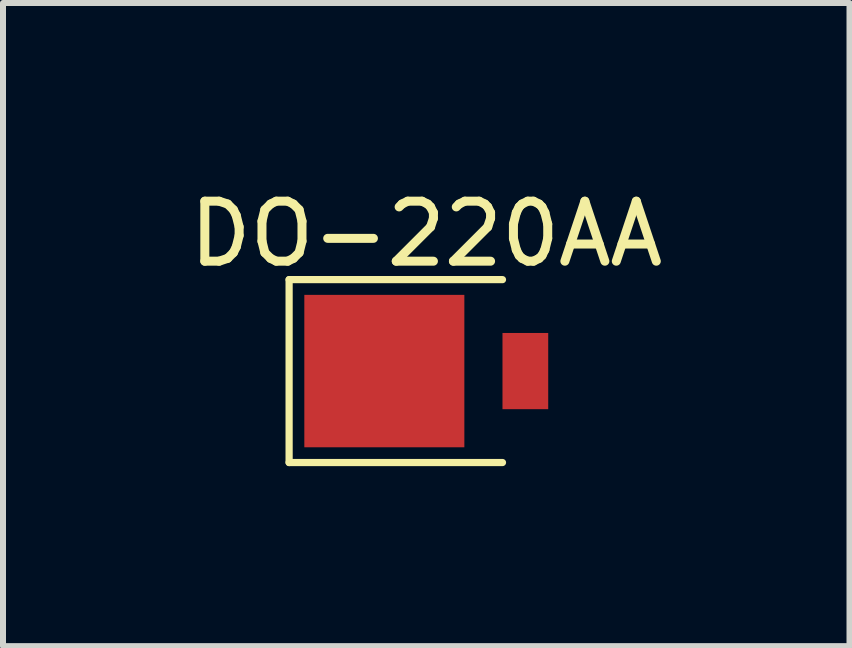
<source format=kicad_pcb>
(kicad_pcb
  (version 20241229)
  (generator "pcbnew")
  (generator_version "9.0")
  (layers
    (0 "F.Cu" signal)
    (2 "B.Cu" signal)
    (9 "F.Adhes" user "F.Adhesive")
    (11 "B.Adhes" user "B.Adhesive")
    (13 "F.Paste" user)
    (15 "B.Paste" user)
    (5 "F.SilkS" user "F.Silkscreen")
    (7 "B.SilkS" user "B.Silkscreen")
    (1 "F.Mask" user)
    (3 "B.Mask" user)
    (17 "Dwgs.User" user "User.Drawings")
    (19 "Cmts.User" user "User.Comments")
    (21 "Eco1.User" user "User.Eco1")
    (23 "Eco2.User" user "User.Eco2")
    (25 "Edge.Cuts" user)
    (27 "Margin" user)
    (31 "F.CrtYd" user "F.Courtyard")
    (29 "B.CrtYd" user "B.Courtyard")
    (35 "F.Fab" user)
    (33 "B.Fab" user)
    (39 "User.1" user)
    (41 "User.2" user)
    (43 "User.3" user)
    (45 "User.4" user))
  (footprint "DO-220AA"
    (layer "F.Cu")
    (at 4.054 3.134)
    (property "Reference" "DO-220AA" (at 0 -2.286 0) (layer "F.SilkS") (effects (font (size 1 1) (thickness 0.15))))
    (attr through_hole)
    (fp_line (start -2.286 -1.524) (end -2.286 1.524) (stroke (width 0.12) (type solid)) (layer "F.SilkS"))
    (fp_line (start -2.286 1.524) (end 1.27 1.524) (stroke (width 0.12) (type solid)) (layer "F.SilkS"))
    (fp_line (start 1.27 -1.524) (end -2.286 -1.524) (stroke (width 0.12) (type solid)) (layer "F.SilkS"))
    (pad "1" smd rect (at -0.699 0) (size 2.667 2.54) (layers "F.Cu" "F.Mask" "F.Paste"))
    (pad "2" smd rect (at 1.651 0) (size 0.762 1.27) (layers "F.Cu" "F.Mask" "F.Paste")))
  (gr_rect
    (start -3 -3)
    (end 11.107 7.718)
    (stroke (width 0.1) (type default))
    (fill no)
    (layer "Edge.Cuts")))
</source>
